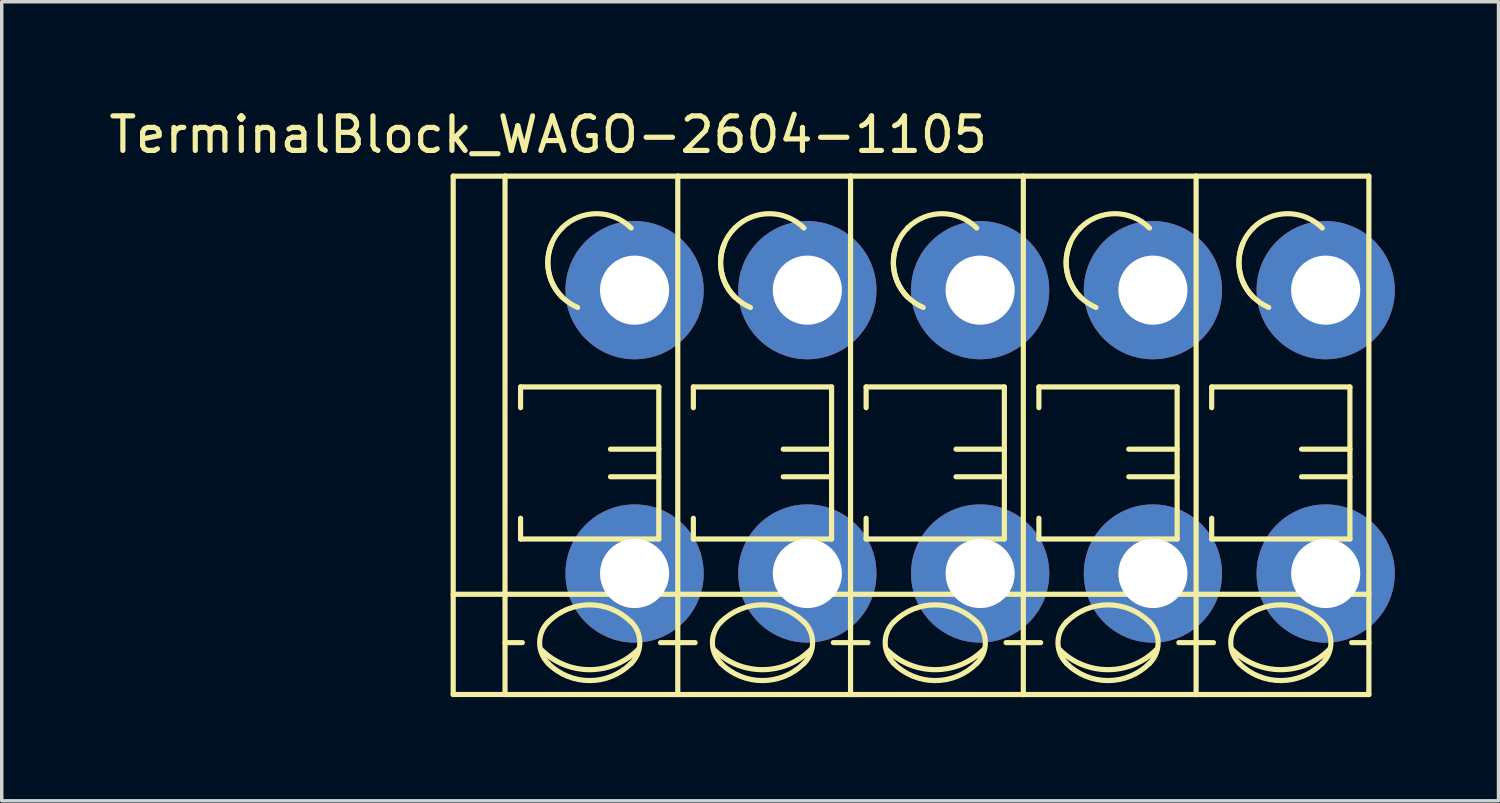
<source format=kicad_pcb>
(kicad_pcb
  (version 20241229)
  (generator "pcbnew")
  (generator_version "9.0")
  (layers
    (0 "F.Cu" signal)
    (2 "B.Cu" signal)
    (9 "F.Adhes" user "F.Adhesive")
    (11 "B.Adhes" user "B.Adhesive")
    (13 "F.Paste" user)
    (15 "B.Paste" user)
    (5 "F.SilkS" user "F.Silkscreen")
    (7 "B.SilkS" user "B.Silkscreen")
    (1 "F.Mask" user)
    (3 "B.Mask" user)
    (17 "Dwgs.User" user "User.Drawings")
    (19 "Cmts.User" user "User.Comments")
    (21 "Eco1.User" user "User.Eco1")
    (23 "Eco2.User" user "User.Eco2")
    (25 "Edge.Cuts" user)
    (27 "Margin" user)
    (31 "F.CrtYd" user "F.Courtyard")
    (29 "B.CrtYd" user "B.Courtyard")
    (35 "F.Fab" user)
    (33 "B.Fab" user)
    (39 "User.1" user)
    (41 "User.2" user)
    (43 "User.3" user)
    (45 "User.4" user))
  (footprint "TerminalBlock_WAGO-2604-1105"
    (layer "F.Cu")
    (at 12.815 10.348)
    (property "Reference" "TerminalBlock_WAGO-2604-1105" (at 0 -9.5 0) (layer "F.SilkS") (effects (font (size 1 1) (thickness 0.15))))
    (attr through_hole)
    (fp_line (start -2.75 -8.3) (end -1.25 -8.3) (stroke (width 0.15) (type solid)) (layer "F.SilkS"))
    (fp_line (start -2.75 6.7) (end -2.75 -8.3) (stroke (width 0.15) (type solid)) (layer "F.SilkS"))
    (fp_line (start -1.25 6.7) (end -2.75 6.7) (stroke (width 0.15) (type solid)) (layer "F.SilkS"))
    (fp_line (start -1.25 5.199) (end -0.749 5.199) (stroke (width 0.15) (type solid)) (layer "F.SilkS"))
    (fp_line (start -1.25 6.701) (end -1.25 -8.301) (stroke (width 0.15) (type solid)) (layer "F.SilkS"))
    (fp_line (start -0.8 -2.2) (end -0.8 -1.6) (stroke (width 0.15) (type solid)) (layer "F.SilkS"))
    (fp_line (start -0.8 -2.2) (end 3.2 -2.2) (stroke (width 0.15) (type solid)) (layer "F.SilkS"))
    (fp_line (start -0.8 2.2) (end -0.8 1.6) (stroke (width 0.15) (type solid)) (layer "F.SilkS"))
    (fp_line (start 3.2 -2.2) (end 3.2 2.2) (stroke (width 0.15) (type solid)) (layer "F.SilkS"))
    (fp_line (start 3.2 -0.399) (end 1.801 -0.399) (stroke (width 0.15) (type solid)) (layer "F.SilkS"))
    (fp_line (start 3.2 0.399) (end 1.801 0.399) (stroke (width 0.15) (type solid)) (layer "F.SilkS"))
    (fp_line (start 3.2 2.2) (end -0.8 2.2) (stroke (width 0.15) (type solid)) (layer "F.SilkS"))
    (fp_line (start 3.749 -8.301) (end -1.25 -8.301) (stroke (width 0.15) (type solid)) (layer "F.SilkS"))
    (fp_line (start 3.749 -8.301) (end 3.749 6.701) (stroke (width 0.15) (type solid)) (layer "F.SilkS"))
    (fp_line (start 3.749 5.199) (end 3.251 5.199) (stroke (width 0.15) (type solid)) (layer "F.SilkS"))
    (fp_line (start 3.749 6.701) (end -1.25 6.701) (stroke (width 0.15) (type solid)) (layer "F.SilkS"))
    (fp_line (start 3.75 3.8) (end -2.75 3.8) (stroke (width 0.15) (type solid)) (layer "F.SilkS"))
    (fp_line (start 3.75 3.8) (end 8.75 3.8) (stroke (width 0.15) (type solid)) (layer "F.SilkS"))
    (fp_line (start 3.75 5.199) (end 4.251 5.199) (stroke (width 0.15) (type solid)) (layer "F.SilkS"))
    (fp_line (start 4.2 -2.2) (end 4.2 -1.6) (stroke (width 0.15) (type solid)) (layer "F.SilkS"))
    (fp_line (start 4.2 -2.2) (end 8.2 -2.2) (stroke (width 0.15) (type solid)) (layer "F.SilkS"))
    (fp_line (start 4.2 2.2) (end 4.2 1.6) (stroke (width 0.15) (type solid)) (layer "F.SilkS"))
    (fp_line (start 8.2 -2.2) (end 8.2 2.2) (stroke (width 0.15) (type solid)) (layer "F.SilkS"))
    (fp_line (start 8.2 -0.399) (end 6.801 -0.399) (stroke (width 0.15) (type solid)) (layer "F.SilkS"))
    (fp_line (start 8.2 0.399) (end 6.801 0.399) (stroke (width 0.15) (type solid)) (layer "F.SilkS"))
    (fp_line (start 8.2 2.2) (end 4.2 2.2) (stroke (width 0.15) (type solid)) (layer "F.SilkS"))
    (fp_line (start 8.749 -8.301) (end 3.75 -8.301) (stroke (width 0.15) (type solid)) (layer "F.SilkS"))
    (fp_line (start 8.749 -8.301) (end 8.749 6.701) (stroke (width 0.15) (type solid)) (layer "F.SilkS"))
    (fp_line (start 8.749 5.199) (end 8.251 5.199) (stroke (width 0.15) (type solid)) (layer "F.SilkS"))
    (fp_line (start 8.749 6.701) (end 3.75 6.701) (stroke (width 0.15) (type solid)) (layer "F.SilkS"))
    (fp_line (start 8.75 3.8) (end 13.75 3.8) (stroke (width 0.15) (type solid)) (layer "F.SilkS"))
    (fp_line (start 8.75 5.199) (end 9.251 5.199) (stroke (width 0.15) (type solid)) (layer "F.SilkS"))
    (fp_line (start 9.2 -2.2) (end 9.2 -1.6) (stroke (width 0.15) (type solid)) (layer "F.SilkS"))
    (fp_line (start 9.2 -2.2) (end 13.2 -2.2) (stroke (width 0.15) (type solid)) (layer "F.SilkS"))
    (fp_line (start 9.2 2.2) (end 9.2 1.6) (stroke (width 0.15) (type solid)) (layer "F.SilkS"))
    (fp_line (start 13.2 -2.2) (end 13.2 2.2) (stroke (width 0.15) (type solid)) (layer "F.SilkS"))
    (fp_line (start 13.2 -0.399) (end 11.801 -0.399) (stroke (width 0.15) (type solid)) (layer "F.SilkS"))
    (fp_line (start 13.2 0.399) (end 11.801 0.399) (stroke (width 0.15) (type solid)) (layer "F.SilkS"))
    (fp_line (start 13.2 2.2) (end 9.2 2.2) (stroke (width 0.15) (type solid)) (layer "F.SilkS"))
    (fp_line (start 13.749 -8.301) (end 8.75 -8.301) (stroke (width 0.15) (type solid)) (layer "F.SilkS"))
    (fp_line (start 13.749 -8.301) (end 13.749 6.701) (stroke (width 0.15) (type solid)) (layer "F.SilkS"))
    (fp_line (start 13.749 5.199) (end 13.251 5.199) (stroke (width 0.15) (type solid)) (layer "F.SilkS"))
    (fp_line (start 13.749 6.701) (end 8.75 6.701) (stroke (width 0.15) (type solid)) (layer "F.SilkS"))
    (fp_line (start 13.75 3.8) (end 18.75 3.8) (stroke (width 0.15) (type solid)) (layer "F.SilkS"))
    (fp_line (start 13.75 5.199) (end 14.251 5.199) (stroke (width 0.15) (type solid)) (layer "F.SilkS"))
    (fp_line (start 14.2 -2.2) (end 14.2 -1.6) (stroke (width 0.15) (type solid)) (layer "F.SilkS"))
    (fp_line (start 14.2 -2.2) (end 18.2 -2.2) (stroke (width 0.15) (type solid)) (layer "F.SilkS"))
    (fp_line (start 14.2 2.2) (end 14.2 1.6) (stroke (width 0.15) (type solid)) (layer "F.SilkS"))
    (fp_line (start 18.2 -2.2) (end 18.2 2.2) (stroke (width 0.15) (type solid)) (layer "F.SilkS"))
    (fp_line (start 18.2 -0.399) (end 16.801 -0.399) (stroke (width 0.15) (type solid)) (layer "F.SilkS"))
    (fp_line (start 18.2 0.399) (end 16.801 0.399) (stroke (width 0.15) (type solid)) (layer "F.SilkS"))
    (fp_line (start 18.2 2.2) (end 14.2 2.2) (stroke (width 0.15) (type solid)) (layer "F.SilkS"))
    (fp_line (start 18.749 -8.301) (end 13.75 -8.301) (stroke (width 0.15) (type solid)) (layer "F.SilkS"))
    (fp_line (start 18.749 -8.301) (end 18.749 6.701) (stroke (width 0.15) (type solid)) (layer "F.SilkS"))
    (fp_line (start 18.749 5.199) (end 18.251 5.199) (stroke (width 0.15) (type solid)) (layer "F.SilkS"))
    (fp_line (start 18.749 6.701) (end 13.75 6.701) (stroke (width 0.15) (type solid)) (layer "F.SilkS"))
    (fp_line (start 18.75 3.8) (end 23.75 3.8) (stroke (width 0.15) (type solid)) (layer "F.SilkS"))
    (fp_line (start 18.75 5.199) (end 19.251 5.199) (stroke (width 0.15) (type solid)) (layer "F.SilkS"))
    (fp_line (start 19.2 -2.2) (end 19.2 -1.6) (stroke (width 0.15) (type solid)) (layer "F.SilkS"))
    (fp_line (start 19.2 -2.2) (end 23.2 -2.2) (stroke (width 0.15) (type solid)) (layer "F.SilkS"))
    (fp_line (start 19.2 2.2) (end 19.2 1.6) (stroke (width 0.15) (type solid)) (layer "F.SilkS"))
    (fp_line (start 23.2 -2.2) (end 23.2 2.2) (stroke (width 0.15) (type solid)) (layer "F.SilkS"))
    (fp_line (start 23.2 -0.399) (end 21.801 -0.399) (stroke (width 0.15) (type solid)) (layer "F.SilkS"))
    (fp_line (start 23.2 0.399) (end 21.801 0.399) (stroke (width 0.15) (type solid)) (layer "F.SilkS"))
    (fp_line (start 23.2 2.2) (end 19.2 2.2) (stroke (width 0.15) (type solid)) (layer "F.SilkS"))
    (fp_line (start 23.749 -8.301) (end 18.75 -8.301) (stroke (width 0.15) (type solid)) (layer "F.SilkS"))
    (fp_line (start 23.749 -8.301) (end 23.749 6.701) (stroke (width 0.15) (type solid)) (layer "F.SilkS"))
    (fp_line (start 23.749 5.199) (end 23.251 5.199) (stroke (width 0.15) (type solid)) (layer "F.SilkS"))
    (fp_line (start 23.749 6.701) (end 18.75 6.701) (stroke (width 0.15) (type solid)) (layer "F.SilkS"))
    (fp_arc (start 0 4.60248) (mid 1.19888 4.105888) (end 2.39776 4.60248) (stroke (width 0.15) (type solid)) (layer "F.SilkS"))
    (fp_arc (start 0 5.79882) (mid -0.248296 5.19938) (end 0 4.59994) (stroke (width 0.15) (type solid)) (layer "F.SilkS"))
    (fp_arc (start 0.39878 -6.79958) (mid 1.39954 -7.214108) (end 2.4003 -6.79958) (stroke (width 0.15) (type solid)) (layer "F.SilkS"))
    (fp_arc (start 0.39878 -4.8006) (mid -0.013952 -5.800616) (end 0.40132 -6.79958) (stroke (width 0.15) (type solid)) (layer "F.SilkS"))
    (fp_arc (start 0.8509 -4.50088) (mid 0.093811 -5.268985) (end 0.1016 -6.34746) (stroke (width 0.15) (type solid)) (layer "F.SilkS"))
    (fp_arc (start 2.4003 5.79882) (mid 1.200676 6.297208) (end 0 5.80136) (stroke (width 0.15) (type solid)) (layer "F.SilkS"))
    (fp_arc (start 2.40284 4.59994) (mid 2.650392 5.201176) (end 2.4003 5.80136) (stroke (width 0.15) (type solid)) (layer "F.SilkS"))
    (fp_arc (start 2.60096 5.40004) (mid 1.200676 5.981545) (end -0.20066 5.40258) (stroke (width 0.15) (type solid)) (layer "F.SilkS"))
    (fp_arc (start 5 4.60248) (mid 6.19888 4.105888) (end 7.39776 4.60248) (stroke (width 0.15) (type solid)) (layer "F.SilkS"))
    (fp_arc (start 5 5.79882) (mid 4.751704 5.19938) (end 5 4.59994) (stroke (width 0.15) (type solid)) (layer "F.SilkS"))
    (fp_arc (start 5.39878 -6.79958) (mid 6.39954 -7.214108) (end 7.4003 -6.79958) (stroke (width 0.15) (type solid)) (layer "F.SilkS"))
    (fp_arc (start 5.39878 -4.8006) (mid 4.986048 -5.800616) (end 5.40132 -6.79958) (stroke (width 0.15) (type solid)) (layer "F.SilkS"))
    (fp_arc (start 5.8509 -4.50088) (mid 5.093811 -5.268985) (end 5.1016 -6.34746) (stroke (width 0.15) (type solid)) (layer "F.SilkS"))
    (fp_arc (start 7.4003 5.79882) (mid 6.200676 6.297208) (end 5 5.80136) (stroke (width 0.15) (type solid)) (layer "F.SilkS"))
    (fp_arc (start 7.40284 4.59994) (mid 7.650392 5.201176) (end 7.4003 5.80136) (stroke (width 0.15) (type solid)) (layer "F.SilkS"))
    (fp_arc (start 7.60096 5.40004) (mid 6.200676 5.981545) (end 4.79934 5.40258) (stroke (width 0.15) (type solid)) (layer "F.SilkS"))
    (fp_arc (start 10 4.60248) (mid 11.19888 4.105888) (end 12.39776 4.60248) (stroke (width 0.15) (type solid)) (layer "F.SilkS"))
    (fp_arc (start 10 5.79882) (mid 9.751704 5.19938) (end 10 4.59994) (stroke (width 0.15) (type solid)) (layer "F.SilkS"))
    (fp_arc (start 10.39878 -6.79958) (mid 11.39954 -7.214108) (end 12.4003 -6.79958) (stroke (width 0.15) (type solid)) (layer "F.SilkS"))
    (fp_arc (start 10.39878 -4.8006) (mid 9.986048 -5.800616) (end 10.40132 -6.79958) (stroke (width 0.15) (type solid)) (layer "F.SilkS"))
    (fp_arc (start 10.8509 -4.50088) (mid 10.093811 -5.268985) (end 10.1016 -6.34746) (stroke (width 0.15) (type solid)) (layer "F.SilkS"))
    (fp_arc (start 12.4003 5.79882) (mid 11.200676 6.297208) (end 10 5.80136) (stroke (width 0.15) (type solid)) (layer "F.SilkS"))
    (fp_arc (start 12.40284 4.59994) (mid 12.650392 5.201176) (end 12.4003 5.80136) (stroke (width 0.15) (type solid)) (layer "F.SilkS"))
    (fp_arc (start 12.60096 5.40004) (mid 11.200676 5.981545) (end 9.79934 5.40258) (stroke (width 0.15) (type solid)) (layer "F.SilkS"))
    (fp_arc (start 15 4.60248) (mid 16.19888 4.105888) (end 17.39776 4.60248) (stroke (width 0.15) (type solid)) (layer "F.SilkS"))
    (fp_arc (start 15 5.79882) (mid 14.751704 5.19938) (end 15 4.59994) (stroke (width 0.15) (type solid)) (layer "F.SilkS"))
    (fp_arc (start 15.39878 -6.79958) (mid 16.39954 -7.214108) (end 17.4003 -6.79958) (stroke (width 0.15) (type solid)) (layer "F.SilkS"))
    (fp_arc (start 15.39878 -4.8006) (mid 14.986048 -5.800616) (end 15.40132 -6.79958) (stroke (width 0.15) (type solid)) (layer "F.SilkS"))
    (fp_arc (start 15.8509 -4.50088) (mid 15.093811 -5.268985) (end 15.1016 -6.34746) (stroke (width 0.15) (type solid)) (layer "F.SilkS"))
    (fp_arc (start 17.4003 5.79882) (mid 16.200676 6.297208) (end 15 5.80136) (stroke (width 0.15) (type solid)) (layer "F.SilkS"))
    (fp_arc (start 17.40284 4.59994) (mid 17.650392 5.201176) (end 17.4003 5.80136) (stroke (width 0.15) (type solid)) (layer "F.SilkS"))
    (fp_arc (start 17.60096 5.40004) (mid 16.200676 5.981545) (end 14.79934 5.40258) (stroke (width 0.15) (type solid)) (layer "F.SilkS"))
    (fp_arc (start 20 4.60248) (mid 21.19888 4.105888) (end 22.39776 4.60248) (stroke (width 0.15) (type solid)) (layer "F.SilkS"))
    (fp_arc (start 20 5.79882) (mid 19.751704 5.19938) (end 20 4.59994) (stroke (width 0.15) (type solid)) (layer "F.SilkS"))
    (fp_arc (start 20.39878 -6.79958) (mid 21.39954 -7.214108) (end 22.4003 -6.79958) (stroke (width 0.15) (type solid)) (layer "F.SilkS"))
    (fp_arc (start 20.39878 -4.8006) (mid 19.986048 -5.800616) (end 20.40132 -6.79958) (stroke (width 0.15) (type solid)) (layer "F.SilkS"))
    (fp_arc (start 20.8509 -4.50088) (mid 20.093811 -5.268985) (end 20.1016 -6.34746) (stroke (width 0.15) (type solid)) (layer "F.SilkS"))
    (fp_arc (start 22.4003 5.79882) (mid 21.200676 6.297208) (end 20 5.80136) (stroke (width 0.15) (type solid)) (layer "F.SilkS"))
    (fp_arc (start 22.40284 4.59994) (mid 22.650392 5.201176) (end 22.4003 5.80136) (stroke (width 0.15) (type solid)) (layer "F.SilkS"))
    (fp_arc (start 22.60096 5.40004) (mid 21.200676 5.981545) (end 19.79934 5.40258) (stroke (width 0.15) (type solid)) (layer "F.SilkS"))
    (pad "1" thru_hole circle (at 2.499 -5.001) (size 4 4) (drill 2) (layers "*.Cu" "*.Mask"))
    (pad "1" thru_hole circle (at 2.499 3.199) (size 4 4) (drill 2) (layers "*.Cu" "*.Mask"))
    (pad "2" thru_hole circle (at 7.499 -5.001) (size 4 4) (drill 2) (layers "*.Cu" "*.Mask"))
    (pad "2" thru_hole circle (at 7.499 3.199) (size 4 4) (drill 2) (layers "*.Cu" "*.Mask"))
    (pad "3" thru_hole circle (at 12.499 -5.001) (size 4 4) (drill 2) (layers "*.Cu" "*.Mask"))
    (pad "3" thru_hole circle (at 12.499 3.199) (size 4 4) (drill 2) (layers "*.Cu" "*.Mask"))
    (pad "4" thru_hole circle (at 17.499 -5.001) (size 4 4) (drill 2) (layers "*.Cu" "*.Mask"))
    (pad "4" thru_hole circle (at 17.499 3.199) (size 4 4) (drill 2) (layers "*.Cu" "*.Mask"))
    (pad "5" thru_hole circle (at 22.499 -5.001) (size 4 4) (drill 2) (layers "*.Cu" "*.Mask"))
    (pad "5" thru_hole circle (at 22.499 3.199) (size 4 4) (drill 2) (layers "*.Cu" "*.Mask")))
  (gr_rect
    (start -3 -3)
    (end 40.315 20.124)
    (stroke (width 0.1) (type default))
    (fill no)
    (layer "Edge.Cuts")))
</source>
